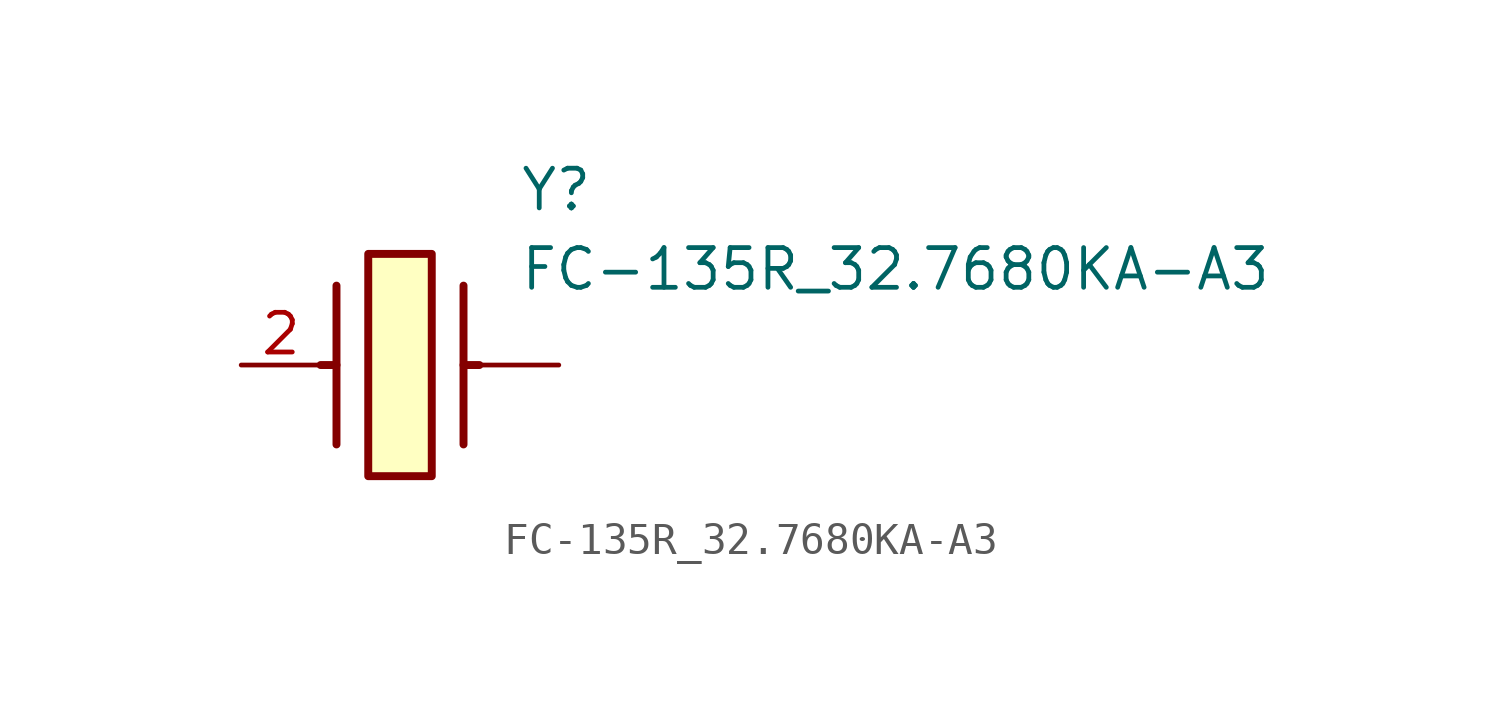
<source format=kicad_sym>
(kicad_symbol_lib
  (version 20211014)
  (generator SamacSys_ECAD_Model)
  (symbol "FC-135R_32.7680KA-A3"
    (pin_names hide)
    (property "Reference" "Y"
      (at 8.89 6.35 0)
      (effects (font (size 1.27 1.27)) (justify left top)))
    (property "Value" "FC-135R_32.7680KA-A3"
      (at 8.89 3.81 0)
      (effects (font (size 1.27 1.27)) (justify left top)))
    (rectangle
      (start 4.064 3.556)
      (end 6.096 -3.556)
      (stroke (width 0.254) (type default))
      (fill (type background)))
    (polyline
      (pts (xy 3.048 2.54) (xy 3.048 -2.54))
      (stroke (width 0.254) (type default))
      (fill (type none)))
    (polyline
      (pts (xy 7.112 2.54) (xy 7.112 -2.54))
      (stroke (width 0.254) (type default))
      (fill (type none)))
    (polyline
      (pts (xy 7.112 0) (xy 7.62 0))
      (stroke (width 0.254) (type default))
      (fill (type none)))
    (polyline
      (pts (xy 3.048 0) (xy 2.54 0))
      (stroke (width 0.254) (type default))
      (fill (type none)))
    (pin passive line
      (at 0 0 0)
      (length 2.54)
      (name "CRYSTAL_2" (effects (font (size 1.27 1.27))))
      (number "2" (effects (font (size 1.27 1.27)))))
    (pin passive line
      (at 10.16 0 180)
      (length 2.54)
      (name "" (effects (font (size 1.27 1.27))))
      (number "" (effects (font (size 1.27 1.27)))))))
</source>
